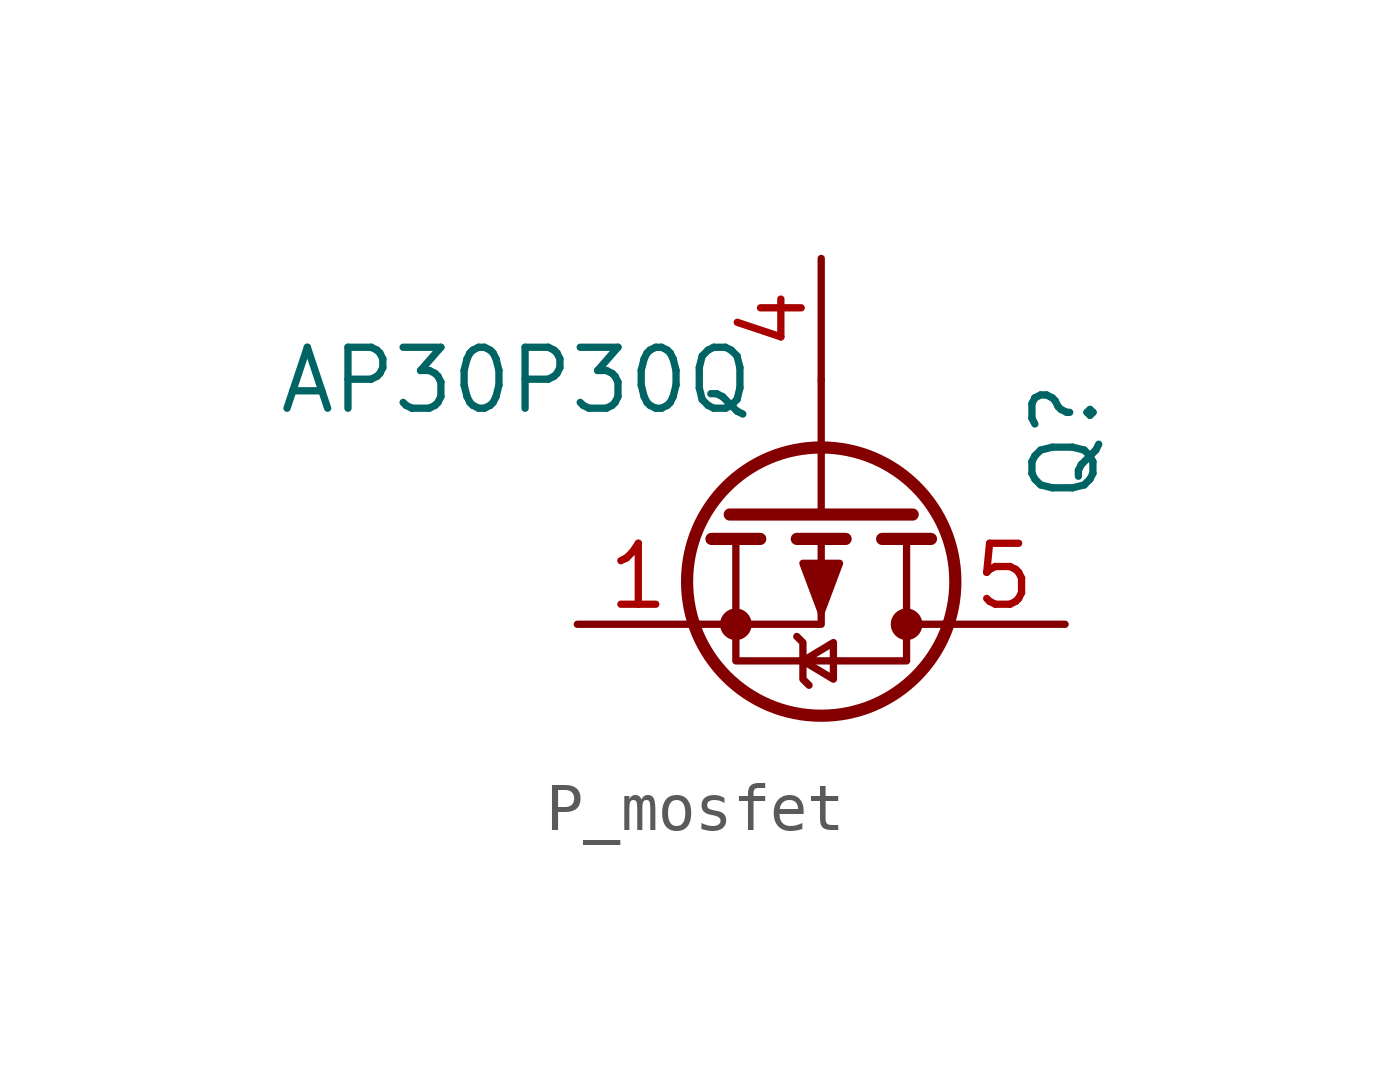
<source format=kicad_sym>
(kicad_symbol_lib
  (version 20220914)
  (generator kicad_symbol_editor)
  (symbol "P_mosfet"
    (property "Reference" "Q"
      (at 5.08 3.81 90)
      (effects (font (size 1.27 1.27))))
    (property "Value" "AP30P30Q"
      (at -6.35 5.08 0)
      (effects (font (size 1.27 1.27))))
    (symbol "P_mosfet_0_1"
      (circle (center -1.778 0) (radius 0.254) (stroke (width 0) (type default)) (fill (type outline)))
      (polyline (pts (xy -1.27 1.778) (xy -2.286 1.778)) (stroke (width 0.254) (type default)) (fill (type none)))
      (polyline (pts (xy 0 2.286) (xy 0 5.08)) (stroke (width 0) (type default)) (fill (type none)))
      (polyline (pts (xy 0.508 1.778) (xy -0.508 1.778)) (stroke (width 0.254) (type default)) (fill (type none)))
      (polyline (pts (xy 1.905 2.286) (xy -1.905 2.286)) (stroke (width 0.254) (type default)) (fill (type none)))
      (polyline (pts (xy 2.286 1.778) (xy 1.27 1.778)) (stroke (width 0.254) (type default)) (fill (type none)))
      (polyline (pts (xy 2.54 0) (xy 1.778 0)) (stroke (width 0) (type default)) (fill (type none)))
      (polyline (pts (xy -2.54 0) (xy 0 0) (xy 0 1.778)) (stroke (width 0) (type default)) (fill (type none)))
      (polyline (pts (xy -0.508 -0.254) (xy -0.381 -0.381) (xy -0.381 -1.143) (xy -0.254 -1.27)) (stroke (width 0) (type default)) (fill (type none)))
      (polyline (pts (xy -0.381 -0.762) (xy 0.254 -0.381) (xy 0.254 -1.143) (xy -0.381 -0.762)) (stroke (width 0) (type default)) (fill (type none)))
      (polyline (pts (xy 0 0.254) (xy 0.381 1.27) (xy -0.381 1.27) (xy 0 0.254)) (stroke (width 0) (type default)) (fill (type outline)))
      (polyline (pts (xy 1.778 1.778) (xy 1.778 -0.762) (xy -1.778 -0.762) (xy -1.778 1.778)) (stroke (width 0) (type default)) (fill (type none)))
      (circle (center 0 0.889) (radius 2.794) (stroke (width 0.254) (type default)) (fill (type none)))
      (circle (center 1.778 0) (radius 0.254) (stroke (width 0) (type default)) (fill (type outline))))
    (symbol "P_mosfet_1_1"
      (pin passive line (at -5.08 0 0) (length 2.54) (name "" (effects (font (size 1.27 1.27)))) (number "1" (effects (font (size 1.27 1.27)))))
      (pin passive line (at -5.08 0 0) (length 2.54) hide (name "S" (effects (font (size 1.27 1.27)))) (number "2" (effects (font (size 1.27 1.27)))))
      (pin passive line (at -5.08 0 0) (length 2.54) hide (name "S" (effects (font (size 1.27 1.27)))) (number "3" (effects (font (size 1.27 1.27)))))
      (pin input line (at 0 7.62 270) (length 2.54) (name "" (effects (font (size 1.27 1.27)))) (number "4" (effects (font (size 1.27 1.27)))))
      (pin passive line (at 5.08 0 180) (length 2.54) (name "" (effects (font (size 1.27 1.27)))) (number "5" (effects (font (size 1.27 1.27))))))))
</source>
